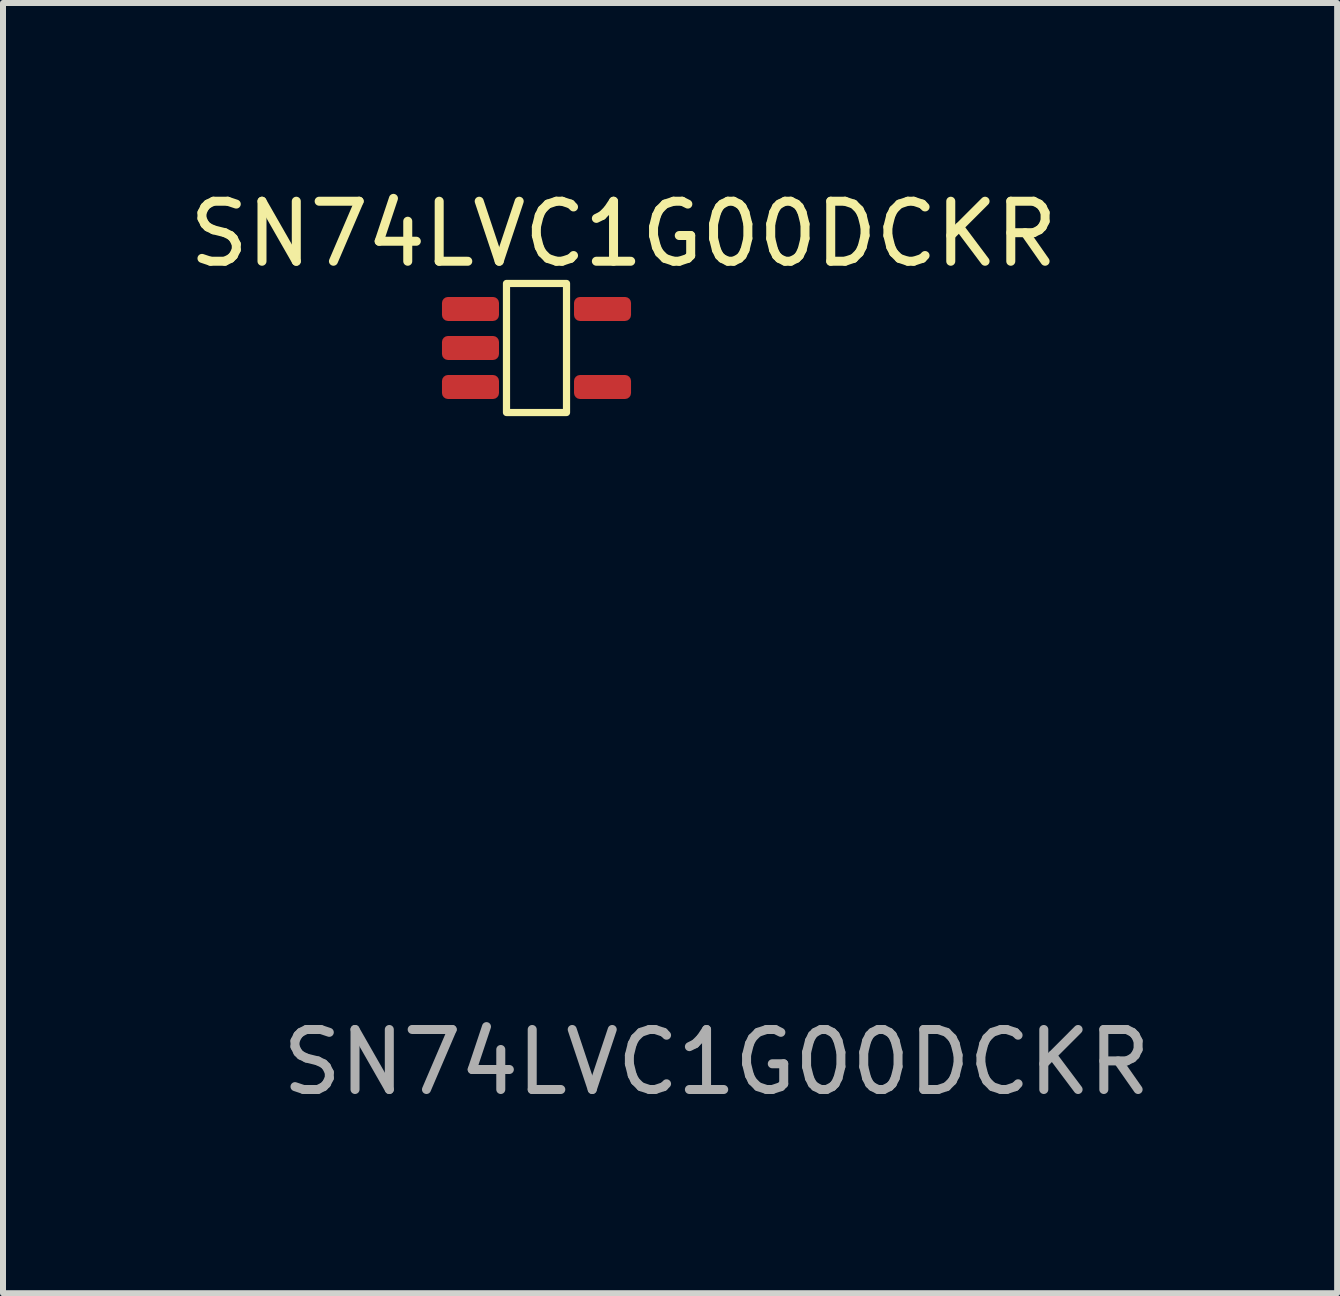
<source format=kicad_pcb>
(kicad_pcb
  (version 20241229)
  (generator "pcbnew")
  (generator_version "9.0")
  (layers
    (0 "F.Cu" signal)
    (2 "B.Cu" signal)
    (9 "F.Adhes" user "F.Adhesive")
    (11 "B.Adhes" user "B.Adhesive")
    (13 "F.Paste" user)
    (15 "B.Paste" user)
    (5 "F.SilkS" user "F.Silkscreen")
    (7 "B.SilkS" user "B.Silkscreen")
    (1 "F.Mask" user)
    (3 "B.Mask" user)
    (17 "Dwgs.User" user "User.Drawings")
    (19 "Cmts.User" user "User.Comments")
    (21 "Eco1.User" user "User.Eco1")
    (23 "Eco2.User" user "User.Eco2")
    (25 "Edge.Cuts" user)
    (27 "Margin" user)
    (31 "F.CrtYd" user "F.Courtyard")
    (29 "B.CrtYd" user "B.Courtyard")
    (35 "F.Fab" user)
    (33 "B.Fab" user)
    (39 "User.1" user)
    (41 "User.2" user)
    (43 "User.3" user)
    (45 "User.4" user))
  (footprint "SN74LVC1G00DCKR"
    (layer "F.Cu")
    (at 4.789 2.098)
    (property "Reference" "SN74LVC1G00DCKR" (at 2.55 -1.25 0) (unlocked yes) (layer "F.SilkS") (effects (font (size 1 1) (thickness 0.15))))
    (attr smd)
    (fp_rect (start 0.6 -0.425) (end 1.6 1.725) (stroke (width 0.12) (type solid)) (fill no) (layer "F.SilkS"))
    (fp_text user "${REFERENCE}" (at 4.1 12.55 0) (unlocked yes) (layer "F.Fab") (effects (font (size 1 1) (thickness 0.15))))
    (pad "1" smd roundrect (at 0 0) (size 0.95 0.4) (layers "F.Cu" "F.Mask" "F.Paste") (roundrect_rratio 0.25))
    (pad "2" smd roundrect (at 0 0.65) (size 0.95 0.4) (layers "F.Cu" "F.Mask" "F.Paste") (roundrect_rratio 0.25))
    (pad "3" smd roundrect (at 0 1.3) (size 0.95 0.4) (layers "F.Cu" "F.Mask" "F.Paste") (roundrect_rratio 0.25))
    (pad "4" smd roundrect (at 2.2 1.3) (size 0.95 0.4) (layers "F.Cu" "F.Mask" "F.Paste") (roundrect_rratio 0.25))
    (pad "5" smd roundrect (at 2.2 0) (size 0.95 0.4) (layers "F.Cu" "F.Mask" "F.Paste") (roundrect_rratio 0.25)))
  (gr_rect
    (start -3 -3)
    (end 19.229 18.497)
    (stroke (width 0.1) (type default))
    (fill no)
    (layer "Edge.Cuts")))
</source>
